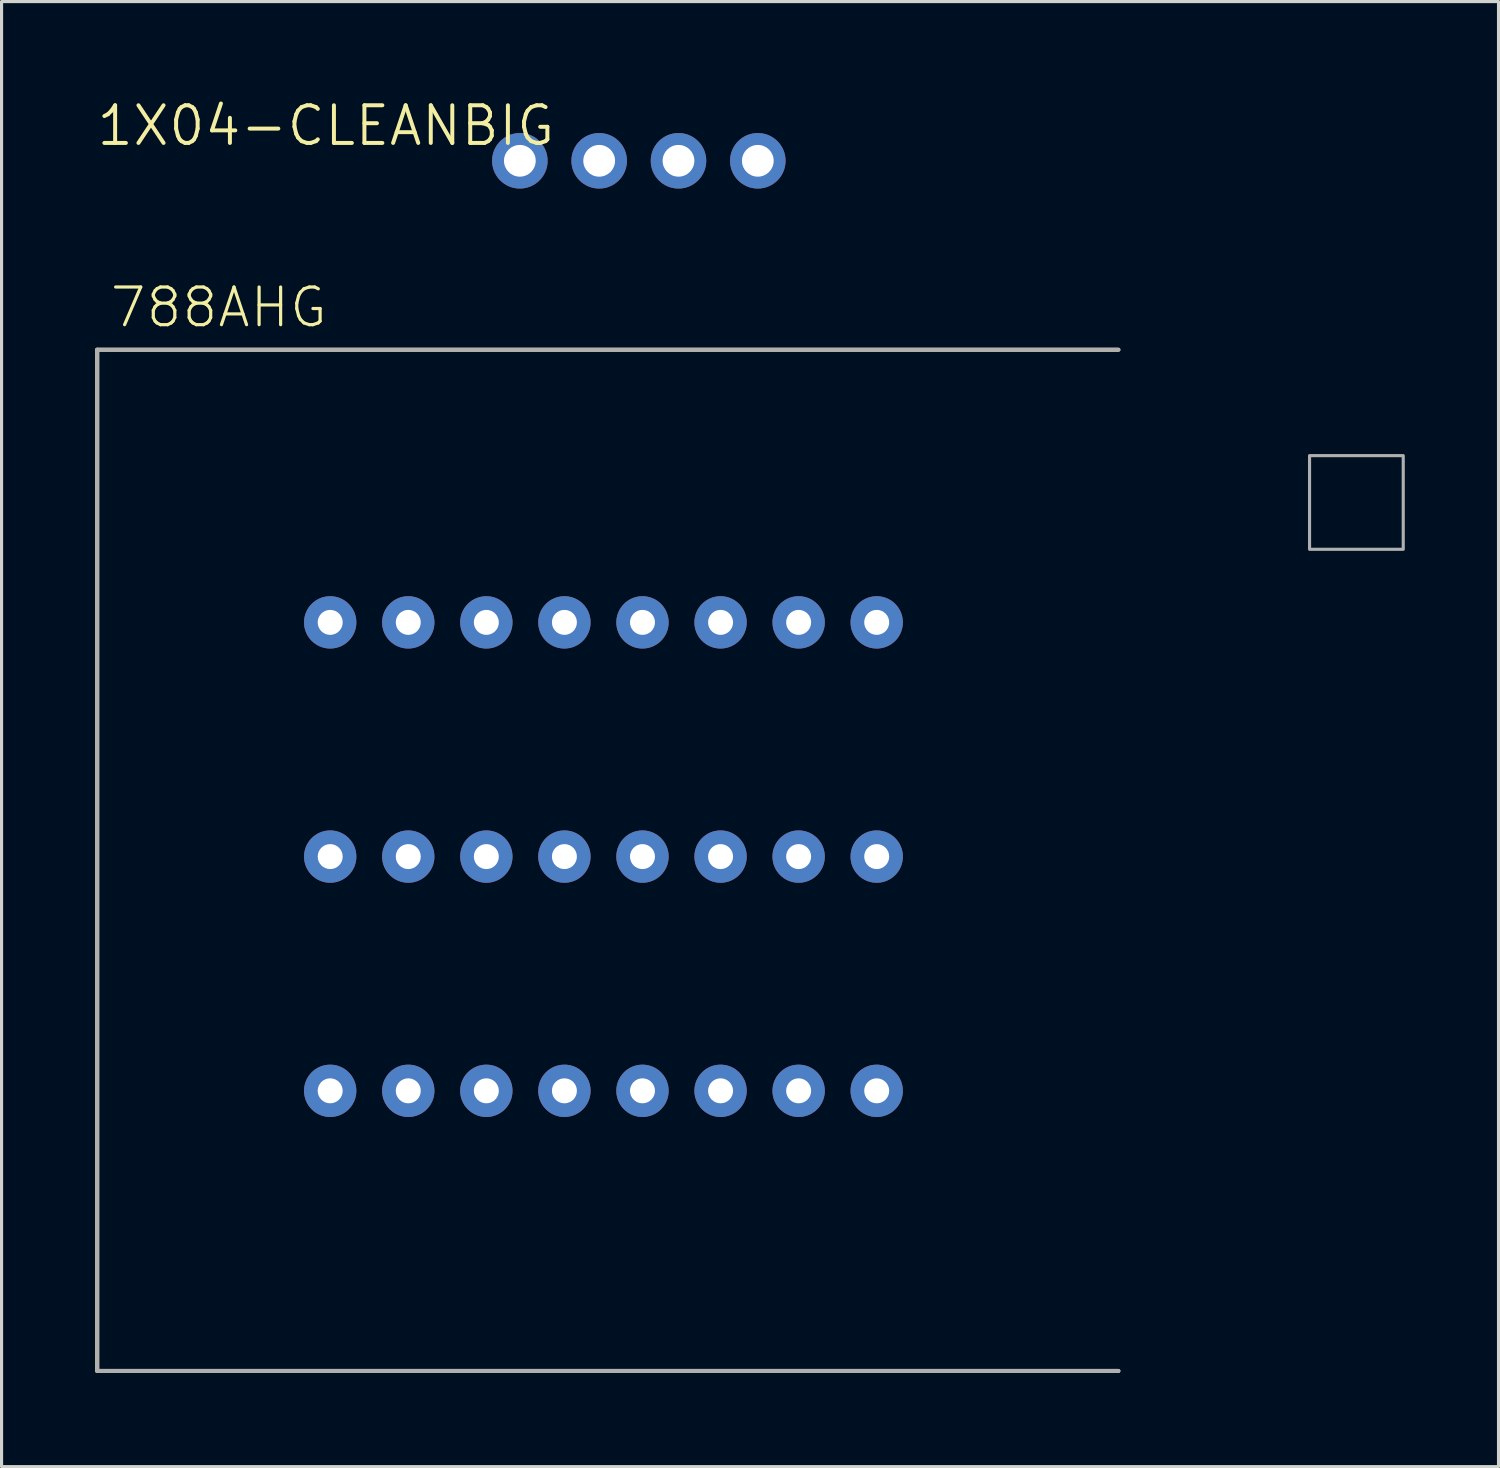
<source format=kicad_pcb>
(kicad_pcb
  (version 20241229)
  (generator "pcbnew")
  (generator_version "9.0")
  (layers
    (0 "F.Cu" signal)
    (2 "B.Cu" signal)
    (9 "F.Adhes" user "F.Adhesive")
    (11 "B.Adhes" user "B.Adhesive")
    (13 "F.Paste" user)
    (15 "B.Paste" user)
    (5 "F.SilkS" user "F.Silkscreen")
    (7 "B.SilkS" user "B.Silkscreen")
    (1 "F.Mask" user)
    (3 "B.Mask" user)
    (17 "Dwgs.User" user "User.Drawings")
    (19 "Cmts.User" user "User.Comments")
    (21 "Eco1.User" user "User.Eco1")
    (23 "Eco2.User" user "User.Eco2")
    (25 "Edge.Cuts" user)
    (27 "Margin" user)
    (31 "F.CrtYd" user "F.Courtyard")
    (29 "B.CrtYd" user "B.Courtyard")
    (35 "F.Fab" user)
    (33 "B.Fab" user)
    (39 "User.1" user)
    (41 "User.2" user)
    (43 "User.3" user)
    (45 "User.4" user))
  (footprint "1X04-CLEANBIG"
    (layer "F.Cu")
    (at 17.406 2.099)
    (property "Reference" "1X04-CLEANBIG" (at -2.616 -1.829 0) (layer "F.SilkS") (effects (font (size 1.206 1.206) (thickness 0.127)) (justify right top)))
    (attr through_hole)
    (fp_poly (pts (xy -4.064 0.254) (xy -3.556 0.254) (xy -3.556 -0.254) (xy -4.064 -0.254)) (stroke (width 0.1) (type solid)) (fill no) (layer "F.Fab"))
    (fp_poly (pts (xy -1.524 0.254) (xy -1.016 0.254) (xy -1.016 -0.254) (xy -1.524 -0.254)) (stroke (width 0.1) (type solid)) (fill no) (layer "F.Fab"))
    (fp_poly (pts (xy 1.016 0.254) (xy 1.524 0.254) (xy 1.524 -0.254) (xy 1.016 -0.254)) (stroke (width 0.1) (type solid)) (fill no) (layer "F.Fab"))
    (fp_poly (pts (xy 3.556 0.254) (xy 4.064 0.254) (xy 4.064 -0.254) (xy 3.556 -0.254)) (stroke (width 0.1) (type solid)) (fill no) (layer "F.Fab"))
    (pad "1" thru_hole circle (at -3.81 0 90) (size 1.778 1.778) (drill 1.016) (layers "*.Cu" "*.Mask"))
    (pad "2" thru_hole circle (at -1.27 0 90) (size 1.778 1.778) (drill 1.016) (layers "*.Cu" "*.Mask"))
    (pad "3" thru_hole circle (at 1.27 0 90) (size 1.778 1.778) (drill 1.016) (layers "*.Cu" "*.Mask"))
    (pad "4" thru_hole circle (at 3.81 0 90) (size 1.778 1.778) (drill 1.016) (layers "*.Cu" "*.Mask")))
  (footprint "788AHG"
    (layer "F.Cu")
    (at 16.413 24.499)
    (property "Reference" "788AHG" (at -16 -17 0) (layer "F.SilkS") (effects (font (size 1.206 1.206) (thickness 0.102)) (justify left bottom)))
    (attr through_hole)
    (fp_line (start -16.35 -16.35) (end 16.35 -16.35) (stroke (width 0.127) (type solid)) (layer "F.SilkS"))
    (fp_line (start -16.35 16.35) (end -16.35 -16.35) (stroke (width 0.127) (type solid)) (layer "F.SilkS"))
    (fp_line (start 16.35 16.35) (end -16.35 16.35) (stroke (width 0.127) (type solid)) (layer "F.SilkS"))
    (fp_line (start -16.35 -16.35) (end 16.35 -16.35) (stroke (width 0.127) (type solid)) (layer "F.Fab"))
    (fp_line (start -16.35 16.35) (end -16.35 -16.35) (stroke (width 0.127) (type solid)) (layer "F.Fab"))
    (fp_line (start 16.35 16.35) (end -16.35 16.35) (stroke (width 0.127) (type solid)) (layer "F.Fab"))
    (fp_poly (pts (xy 22.47 -9.96) (xy 25.47 -9.96) (xy 25.47 -12.96) (xy 22.47 -12.96)) (stroke (width 0.1) (type solid)) (fill no) (layer "F.Fab"))
    (pad "1" thru_hole circle (at -8.89 -7.62 180) (size 1.676 1.676) (drill 0.8) (layers "*.Cu" "*.Mask"))
    (pad "2" thru_hole circle (at -6.39 -7.62 180) (size 1.676 1.676) (drill 0.8) (layers "*.Cu" "*.Mask"))
    (pad "3" thru_hole circle (at -3.89 -7.62 180) (size 1.676 1.676) (drill 0.8) (layers "*.Cu" "*.Mask"))
    (pad "4" thru_hole circle (at -1.39 -7.62 180) (size 1.676 1.676) (drill 0.8) (layers "*.Cu" "*.Mask"))
    (pad "5" thru_hole circle (at 1.11 -7.62 180) (size 1.676 1.676) (drill 0.8) (layers "*.Cu" "*.Mask"))
    (pad "6" thru_hole circle (at 3.61 -7.62 180) (size 1.676 1.676) (drill 0.8) (layers "*.Cu" "*.Mask"))
    (pad "7" thru_hole circle (at 6.11 -7.62 180) (size 1.676 1.676) (drill 0.8) (layers "*.Cu" "*.Mask"))
    (pad "8" thru_hole circle (at 8.61 -7.62 180) (size 1.676 1.676) (drill 0.8) (layers "*.Cu" "*.Mask"))
    (pad "9" thru_hole circle (at -8.89 -0.12 180) (size 1.676 1.676) (drill 0.8) (layers "*.Cu" "*.Mask"))
    (pad "10" thru_hole circle (at -6.39 -0.12 180) (size 1.676 1.676) (drill 0.8) (layers "*.Cu" "*.Mask"))
    (pad "11" thru_hole circle (at -3.89 -0.12 180) (size 1.676 1.676) (drill 0.8) (layers "*.Cu" "*.Mask"))
    (pad "12" thru_hole circle (at -1.39 -0.12 180) (size 1.676 1.676) (drill 0.8) (layers "*.Cu" "*.Mask"))
    (pad "13" thru_hole circle (at 1.11 -0.12 180) (size 1.676 1.676) (drill 0.8) (layers "*.Cu" "*.Mask"))
    (pad "14" thru_hole circle (at 3.61 -0.12 180) (size 1.676 1.676) (drill 0.8) (layers "*.Cu" "*.Mask"))
    (pad "15" thru_hole circle (at 6.11 -0.12 180) (size 1.676 1.676) (drill 0.8) (layers "*.Cu" "*.Mask"))
    (pad "16" thru_hole circle (at 8.61 -0.12 180) (size 1.676 1.676) (drill 0.8) (layers "*.Cu" "*.Mask"))
    (pad "17" thru_hole circle (at -8.89 7.38 180) (size 1.676 1.676) (drill 0.8) (layers "*.Cu" "*.Mask"))
    (pad "18" thru_hole circle (at -6.39 7.38 180) (size 1.676 1.676) (drill 0.8) (layers "*.Cu" "*.Mask"))
    (pad "19" thru_hole circle (at -3.89 7.38 180) (size 1.676 1.676) (drill 0.8) (layers "*.Cu" "*.Mask"))
    (pad "20" thru_hole circle (at -1.39 7.38 180) (size 1.676 1.676) (drill 0.8) (layers "*.Cu" "*.Mask"))
    (pad "21" thru_hole circle (at 1.11 7.38 180) (size 1.676 1.676) (drill 0.8) (layers "*.Cu" "*.Mask"))
    (pad "22" thru_hole circle (at 3.61 7.38 180) (size 1.676 1.676) (drill 0.8) (layers "*.Cu" "*.Mask"))
    (pad "23" thru_hole circle (at 6.11 7.38 180) (size 1.676 1.676) (drill 0.8) (layers "*.Cu" "*.Mask"))
    (pad "24" thru_hole circle (at 8.61 7.38 180) (size 1.676 1.676) (drill 0.8) (layers "*.Cu" "*.Mask")))
  (gr_rect
    (start -3 -3)
    (end 44.934 43.912)
    (stroke (width 0.1) (type default))
    (fill no)
    (layer "Edge.Cuts")))
</source>
